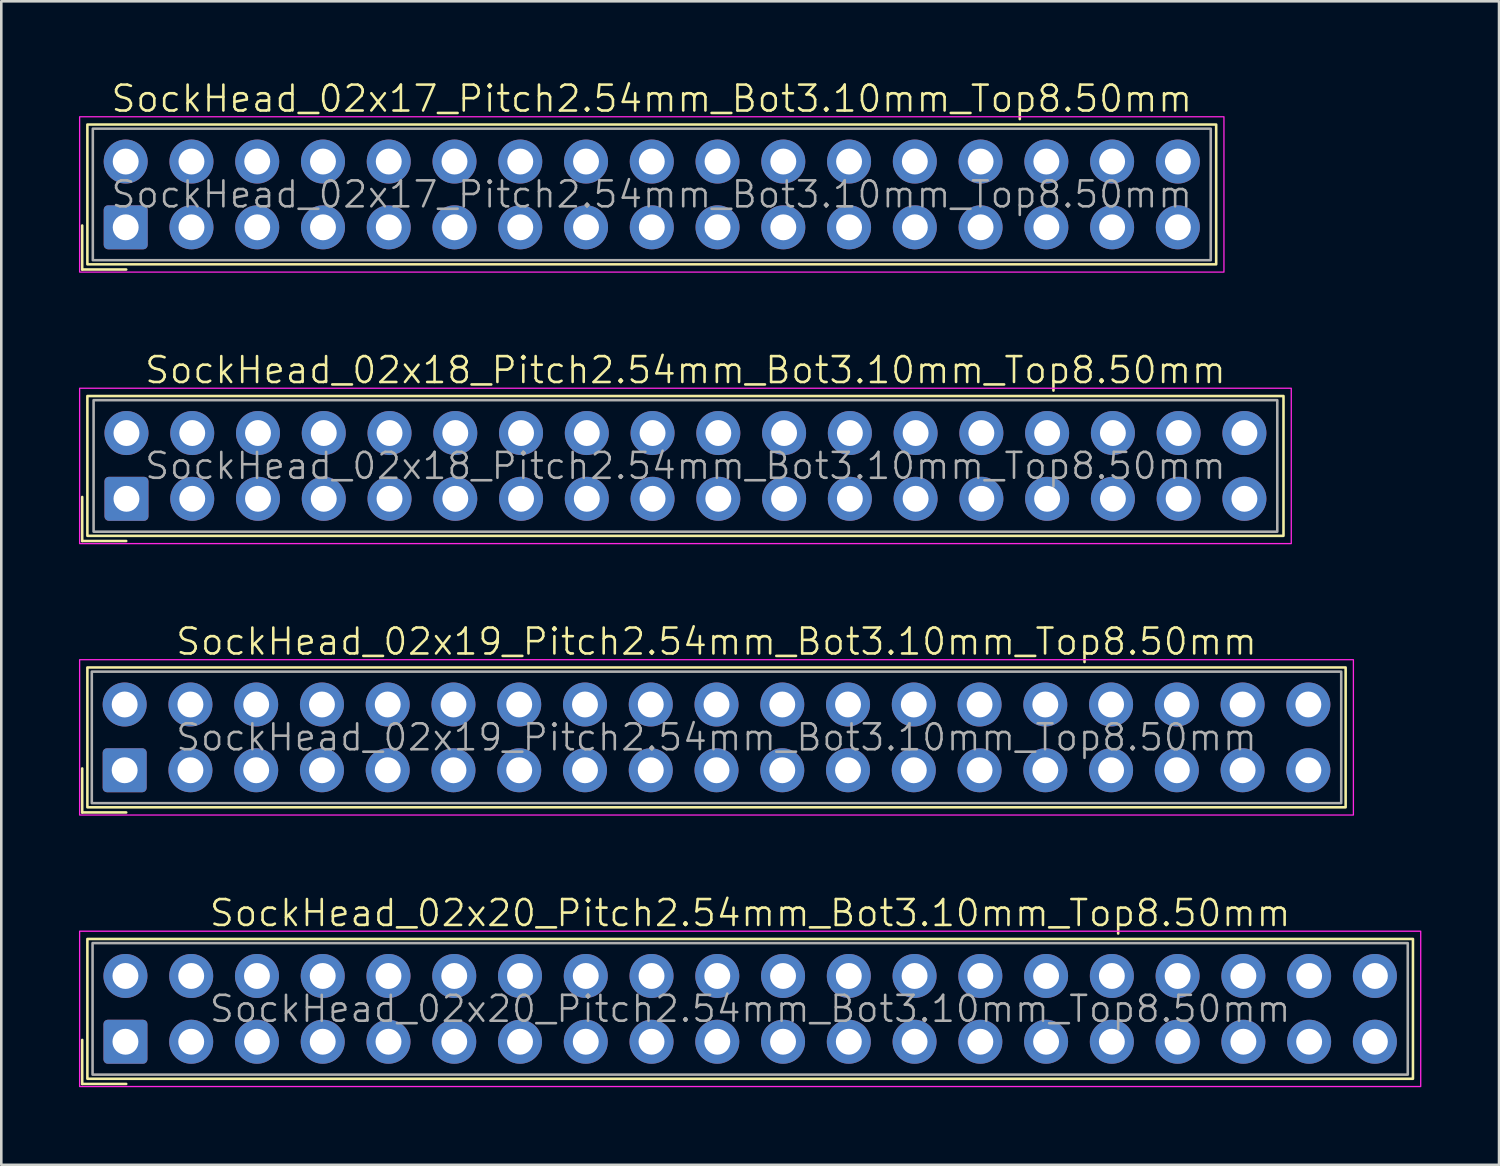
<source format=kicad_pcb>
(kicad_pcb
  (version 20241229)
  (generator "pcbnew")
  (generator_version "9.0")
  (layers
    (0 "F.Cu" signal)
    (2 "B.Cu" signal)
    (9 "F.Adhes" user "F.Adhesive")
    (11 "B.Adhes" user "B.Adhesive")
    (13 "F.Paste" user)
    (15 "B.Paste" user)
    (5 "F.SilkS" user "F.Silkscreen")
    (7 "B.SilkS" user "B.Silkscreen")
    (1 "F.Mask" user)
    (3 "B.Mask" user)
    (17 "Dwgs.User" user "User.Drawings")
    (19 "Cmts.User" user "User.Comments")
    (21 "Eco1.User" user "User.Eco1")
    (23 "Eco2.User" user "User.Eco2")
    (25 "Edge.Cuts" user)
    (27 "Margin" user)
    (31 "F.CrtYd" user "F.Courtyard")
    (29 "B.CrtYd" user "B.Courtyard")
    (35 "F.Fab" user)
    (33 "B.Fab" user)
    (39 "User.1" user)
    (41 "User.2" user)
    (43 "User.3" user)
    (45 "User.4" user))
  (footprint "SockHead_02x20_Pitch2.54mm_Bot3.10mm_Top8.50mm"
    (layer "F.Cu")
    (at 25.925 35.917)
    (property "Reference" "SockHead_02x20_Pitch2.54mm_Bot3.10mm_Top8.50mm" (at 0 -3.7 0) (unlocked yes) (layer "F.SilkS") (effects (font (size 1 1) (thickness 0.1))))
    (attr through_hole)
    (fp_line (start -25.8 1.2) (end -25.8 2.9) (stroke (width 0.1) (type default)) (layer "F.SilkS"))
    (fp_line (start -25.8 2.9) (end -24.1 2.9) (stroke (width 0.1) (type default)) (layer "F.SilkS"))
    (fp_rect (start -25.6 -2.7) (end 25.6 2.7) (stroke (width 0.1) (type default)) (fill no) (layer "F.SilkS"))
    (fp_rect (start -25.9 -3) (end 25.9 3) (stroke (width 0.05) (type default)) (fill no) (layer "F.CrtYd"))
    (fp_rect (start -25.4 -2.54) (end 25.4 2.54) (stroke (width 0.1) (type default)) (fill no) (layer "F.Fab"))
    (fp_text user "${REFERENCE}" (at 0 0 0) (unlocked yes) (layer "F.Fab") (effects (font (size 1 1) (thickness 0.1))))
    (pad "1" thru_hole roundrect (at -24.13 1.27) (size 1.7 1.7) (drill 1) (layers "*.Cu" "*.Mask") (roundrect_rratio 0.1))
    (pad "2" thru_hole circle (at -24.13 -1.27) (size 1.7 1.7) (drill 1) (layers "*.Cu" "*.Mask"))
    (pad "3" thru_hole circle (at -21.59 1.27) (size 1.7 1.7) (drill 1) (layers "*.Cu" "*.Mask"))
    (pad "4" thru_hole circle (at -21.59 -1.27) (size 1.7 1.7) (drill 1) (layers "*.Cu" "*.Mask"))
    (pad "5" thru_hole circle (at -19.05 1.27) (size 1.7 1.7) (drill 1) (layers "*.Cu" "*.Mask"))
    (pad "6" thru_hole circle (at -19.05 -1.27) (size 1.7 1.7) (drill 1) (layers "*.Cu" "*.Mask"))
    (pad "7" thru_hole circle (at -16.51 1.27) (size 1.7 1.7) (drill 1) (layers "*.Cu" "*.Mask"))
    (pad "8" thru_hole circle (at -16.51 -1.27) (size 1.7 1.7) (drill 1) (layers "*.Cu" "*.Mask"))
    (pad "9" thru_hole circle (at -13.97 1.27) (size 1.7 1.7) (drill 1) (layers "*.Cu" "*.Mask"))
    (pad "10" thru_hole circle (at -13.97 -1.27) (size 1.7 1.7) (drill 1) (layers "*.Cu" "*.Mask"))
    (pad "11" thru_hole circle (at -11.43 1.27) (size 1.7 1.7) (drill 1) (layers "*.Cu" "*.Mask"))
    (pad "12" thru_hole circle (at -11.43 -1.27) (size 1.7 1.7) (drill 1) (layers "*.Cu" "*.Mask"))
    (pad "13" thru_hole circle (at -8.89 1.27) (size 1.7 1.7) (drill 1) (layers "*.Cu" "*.Mask"))
    (pad "14" thru_hole circle (at -8.89 -1.27) (size 1.7 1.7) (drill 1) (layers "*.Cu" "*.Mask"))
    (pad "15" thru_hole circle (at -6.35 1.27) (size 1.7 1.7) (drill 1) (layers "*.Cu" "*.Mask"))
    (pad "16" thru_hole circle (at -6.35 -1.27) (size 1.7 1.7) (drill 1) (layers "*.Cu" "*.Mask"))
    (pad "17" thru_hole circle (at -3.81 1.27) (size 1.7 1.7) (drill 1) (layers "*.Cu" "*.Mask"))
    (pad "18" thru_hole circle (at -3.81 -1.27) (size 1.7 1.7) (drill 1) (layers "*.Cu" "*.Mask"))
    (pad "19" thru_hole circle (at -1.27 1.27) (size 1.7 1.7) (drill 1) (layers "*.Cu" "*.Mask"))
    (pad "20" thru_hole circle (at -1.27 -1.27) (size 1.7 1.7) (drill 1) (layers "*.Cu" "*.Mask"))
    (pad "21" thru_hole circle (at 1.27 1.27) (size 1.7 1.7) (drill 1) (layers "*.Cu" "*.Mask"))
    (pad "22" thru_hole circle (at 1.27 -1.27) (size 1.7 1.7) (drill 1) (layers "*.Cu" "*.Mask"))
    (pad "23" thru_hole circle (at 3.81 1.27) (size 1.7 1.7) (drill 1) (layers "*.Cu" "*.Mask"))
    (pad "24" thru_hole circle (at 3.81 -1.27) (size 1.7 1.7) (drill 1) (layers "*.Cu" "*.Mask"))
    (pad "25" thru_hole circle (at 6.35 1.27) (size 1.7 1.7) (drill 1) (layers "*.Cu" "*.Mask"))
    (pad "26" thru_hole circle (at 6.35 -1.27) (size 1.7 1.7) (drill 1) (layers "*.Cu" "*.Mask"))
    (pad "27" thru_hole circle (at 8.89 1.27) (size 1.7 1.7) (drill 1) (layers "*.Cu" "*.Mask"))
    (pad "28" thru_hole circle (at 8.89 -1.27) (size 1.7 1.7) (drill 1) (layers "*.Cu" "*.Mask"))
    (pad "29" thru_hole circle (at 11.43 1.27) (size 1.7 1.7) (drill 1) (layers "*.Cu" "*.Mask"))
    (pad "30" thru_hole circle (at 11.43 -1.27) (size 1.7 1.7) (drill 1) (layers "*.Cu" "*.Mask"))
    (pad "31" thru_hole circle (at 13.97 1.27) (size 1.7 1.7) (drill 1) (layers "*.Cu" "*.Mask"))
    (pad "32" thru_hole circle (at 13.97 -1.27) (size 1.7 1.7) (drill 1) (layers "*.Cu" "*.Mask"))
    (pad "33" thru_hole circle (at 16.51 1.27) (size 1.7 1.7) (drill 1) (layers "*.Cu" "*.Mask"))
    (pad "34" thru_hole circle (at 16.51 -1.27) (size 1.7 1.7) (drill 1) (layers "*.Cu" "*.Mask"))
    (pad "35" thru_hole circle (at 19.05 1.27) (size 1.7 1.7) (drill 1) (layers "*.Cu" "*.Mask"))
    (pad "36" thru_hole circle (at 19.05 -1.27) (size 1.7 1.7) (drill 1) (layers "*.Cu" "*.Mask"))
    (pad "37" thru_hole circle (at 21.59 1.27) (size 1.7 1.7) (drill 1) (layers "*.Cu" "*.Mask"))
    (pad "38" thru_hole circle (at 21.59 -1.27) (size 1.7 1.7) (drill 1) (layers "*.Cu" "*.Mask"))
    (pad "39" thru_hole circle (at 24.13 1.27) (size 1.7 1.7) (drill 1) (layers "*.Cu" "*.Mask"))
    (pad "40" thru_hole circle (at 24.13 -1.27) (size 1.7 1.7) (drill 1) (layers "*.Cu" "*.Mask")))
  (footprint "SockHead_02x19_Pitch2.54mm_Bot3.10mm_Top8.50mm"
    (layer "F.Cu")
    (at 24.625 25.431)
    (property "Reference" "SockHead_02x19_Pitch2.54mm_Bot3.10mm_Top8.50mm" (at 0 -3.7 0) (unlocked yes) (layer "F.SilkS") (effects (font (size 1 1) (thickness 0.1))))
    (attr through_hole)
    (fp_line (start -24.5 1.2) (end -24.5 2.9) (stroke (width 0.1) (type default)) (layer "F.SilkS"))
    (fp_line (start -24.5 2.9) (end -22.8 2.9) (stroke (width 0.1) (type default)) (layer "F.SilkS"))
    (fp_rect (start -24.3 -2.7) (end 24.3 2.7) (stroke (width 0.1) (type default)) (fill no) (layer "F.SilkS"))
    (fp_rect (start -24.6 -3) (end 24.6 3) (stroke (width 0.05) (type default)) (fill no) (layer "F.CrtYd"))
    (fp_rect (start -24.13 -2.54) (end 24.13 2.54) (stroke (width 0.1) (type default)) (fill no) (layer "F.Fab"))
    (fp_text user "${REFERENCE}" (at 0 0 0) (unlocked yes) (layer "F.Fab") (effects (font (size 1 1) (thickness 0.1))))
    (pad "1" thru_hole roundrect (at -22.86 1.27) (size 1.7 1.7) (drill 1) (layers "*.Cu" "*.Mask") (roundrect_rratio 0.1))
    (pad "2" thru_hole circle (at -22.86 -1.27) (size 1.7 1.7) (drill 1) (layers "*.Cu" "*.Mask"))
    (pad "3" thru_hole circle (at -20.32 1.27) (size 1.7 1.7) (drill 1) (layers "*.Cu" "*.Mask"))
    (pad "4" thru_hole circle (at -20.32 -1.27) (size 1.7 1.7) (drill 1) (layers "*.Cu" "*.Mask"))
    (pad "5" thru_hole circle (at -17.78 1.27) (size 1.7 1.7) (drill 1) (layers "*.Cu" "*.Mask"))
    (pad "6" thru_hole circle (at -17.78 -1.27) (size 1.7 1.7) (drill 1) (layers "*.Cu" "*.Mask"))
    (pad "7" thru_hole circle (at -15.24 1.27) (size 1.7 1.7) (drill 1) (layers "*.Cu" "*.Mask"))
    (pad "8" thru_hole circle (at -15.24 -1.27) (size 1.7 1.7) (drill 1) (layers "*.Cu" "*.Mask"))
    (pad "9" thru_hole circle (at -12.7 1.27) (size 1.7 1.7) (drill 1) (layers "*.Cu" "*.Mask"))
    (pad "10" thru_hole circle (at -12.7 -1.27) (size 1.7 1.7) (drill 1) (layers "*.Cu" "*.Mask"))
    (pad "11" thru_hole circle (at -10.16 1.27) (size 1.7 1.7) (drill 1) (layers "*.Cu" "*.Mask"))
    (pad "12" thru_hole circle (at -10.16 -1.27) (size 1.7 1.7) (drill 1) (layers "*.Cu" "*.Mask"))
    (pad "13" thru_hole circle (at -7.62 1.27) (size 1.7 1.7) (drill 1) (layers "*.Cu" "*.Mask"))
    (pad "14" thru_hole circle (at -7.62 -1.27) (size 1.7 1.7) (drill 1) (layers "*.Cu" "*.Mask"))
    (pad "15" thru_hole circle (at -5.08 1.27) (size 1.7 1.7) (drill 1) (layers "*.Cu" "*.Mask"))
    (pad "16" thru_hole circle (at -5.08 -1.27) (size 1.7 1.7) (drill 1) (layers "*.Cu" "*.Mask"))
    (pad "17" thru_hole circle (at -2.54 1.27) (size 1.7 1.7) (drill 1) (layers "*.Cu" "*.Mask"))
    (pad "18" thru_hole circle (at -2.54 -1.27) (size 1.7 1.7) (drill 1) (layers "*.Cu" "*.Mask"))
    (pad "19" thru_hole circle (at 0 1.27) (size 1.7 1.7) (drill 1) (layers "*.Cu" "*.Mask"))
    (pad "20" thru_hole circle (at 0 -1.27) (size 1.7 1.7) (drill 1) (layers "*.Cu" "*.Mask"))
    (pad "21" thru_hole circle (at 2.54 1.27) (size 1.7 1.7) (drill 1) (layers "*.Cu" "*.Mask"))
    (pad "22" thru_hole circle (at 2.54 -1.27) (size 1.7 1.7) (drill 1) (layers "*.Cu" "*.Mask"))
    (pad "23" thru_hole circle (at 5.08 1.27) (size 1.7 1.7) (drill 1) (layers "*.Cu" "*.Mask"))
    (pad "24" thru_hole circle (at 5.08 -1.27) (size 1.7 1.7) (drill 1) (layers "*.Cu" "*.Mask"))
    (pad "25" thru_hole circle (at 7.62 1.27) (size 1.7 1.7) (drill 1) (layers "*.Cu" "*.Mask"))
    (pad "26" thru_hole circle (at 7.62 -1.27) (size 1.7 1.7) (drill 1) (layers "*.Cu" "*.Mask"))
    (pad "27" thru_hole circle (at 10.16 1.27) (size 1.7 1.7) (drill 1) (layers "*.Cu" "*.Mask"))
    (pad "28" thru_hole circle (at 10.16 -1.27) (size 1.7 1.7) (drill 1) (layers "*.Cu" "*.Mask"))
    (pad "29" thru_hole circle (at 12.7 1.27) (size 1.7 1.7) (drill 1) (layers "*.Cu" "*.Mask"))
    (pad "30" thru_hole circle (at 12.7 -1.27) (size 1.7 1.7) (drill 1) (layers "*.Cu" "*.Mask"))
    (pad "31" thru_hole circle (at 15.24 1.27) (size 1.7 1.7) (drill 1) (layers "*.Cu" "*.Mask"))
    (pad "32" thru_hole circle (at 15.24 -1.27) (size 1.7 1.7) (drill 1) (layers "*.Cu" "*.Mask"))
    (pad "33" thru_hole circle (at 17.78 1.27) (size 1.7 1.7) (drill 1) (layers "*.Cu" "*.Mask"))
    (pad "34" thru_hole circle (at 17.78 -1.27) (size 1.7 1.7) (drill 1) (layers "*.Cu" "*.Mask"))
    (pad "35" thru_hole circle (at 20.32 1.27) (size 1.7 1.7) (drill 1) (layers "*.Cu" "*.Mask"))
    (pad "36" thru_hole circle (at 20.32 -1.27) (size 1.7 1.7) (drill 1) (layers "*.Cu" "*.Mask"))
    (pad "37" thru_hole circle (at 22.86 1.27) (size 1.7 1.7) (drill 1) (layers "*.Cu" "*.Mask"))
    (pad "38" thru_hole circle (at 22.86 -1.27) (size 1.7 1.7) (drill 1) (layers "*.Cu" "*.Mask")))
  (footprint "SockHead_02x18_Pitch2.54mm_Bot3.10mm_Top8.50mm"
    (layer "F.Cu")
    (at 23.425 14.946)
    (property "Reference" "SockHead_02x18_Pitch2.54mm_Bot3.10mm_Top8.50mm" (at 0 -3.7 0) (unlocked yes) (layer "F.SilkS") (effects (font (size 1 1) (thickness 0.1))))
    (attr through_hole)
    (fp_line (start -23.3 1.2) (end -23.3 2.9) (stroke (width 0.1) (type default)) (layer "F.SilkS"))
    (fp_line (start -23.3 2.9) (end -21.6 2.9) (stroke (width 0.1) (type default)) (layer "F.SilkS"))
    (fp_rect (start -23.1 -2.7) (end 23.1 2.7) (stroke (width 0.1) (type default)) (fill no) (layer "F.SilkS"))
    (fp_rect (start -23.4 -3) (end 23.4 3) (stroke (width 0.05) (type default)) (fill no) (layer "F.CrtYd"))
    (fp_rect (start -22.86 -2.54) (end 22.86 2.54) (stroke (width 0.1) (type default)) (fill no) (layer "F.Fab"))
    (fp_text user "${REFERENCE}" (at 0 0 0) (unlocked yes) (layer "F.Fab") (effects (font (size 1 1) (thickness 0.1))))
    (pad "1" thru_hole roundrect (at -21.59 1.27) (size 1.7 1.7) (drill 1) (layers "*.Cu" "*.Mask") (roundrect_rratio 0.1))
    (pad "2" thru_hole circle (at -21.59 -1.27) (size 1.7 1.7) (drill 1) (layers "*.Cu" "*.Mask"))
    (pad "3" thru_hole circle (at -19.05 1.27) (size 1.7 1.7) (drill 1) (layers "*.Cu" "*.Mask"))
    (pad "4" thru_hole circle (at -19.05 -1.27) (size 1.7 1.7) (drill 1) (layers "*.Cu" "*.Mask"))
    (pad "5" thru_hole circle (at -16.51 1.27) (size 1.7 1.7) (drill 1) (layers "*.Cu" "*.Mask"))
    (pad "6" thru_hole circle (at -16.51 -1.27) (size 1.7 1.7) (drill 1) (layers "*.Cu" "*.Mask"))
    (pad "7" thru_hole circle (at -13.97 1.27) (size 1.7 1.7) (drill 1) (layers "*.Cu" "*.Mask"))
    (pad "8" thru_hole circle (at -13.97 -1.27) (size 1.7 1.7) (drill 1) (layers "*.Cu" "*.Mask"))
    (pad "9" thru_hole circle (at -11.43 1.27) (size 1.7 1.7) (drill 1) (layers "*.Cu" "*.Mask"))
    (pad "10" thru_hole circle (at -11.43 -1.27) (size 1.7 1.7) (drill 1) (layers "*.Cu" "*.Mask"))
    (pad "11" thru_hole circle (at -8.89 1.27) (size 1.7 1.7) (drill 1) (layers "*.Cu" "*.Mask"))
    (pad "12" thru_hole circle (at -8.89 -1.27) (size 1.7 1.7) (drill 1) (layers "*.Cu" "*.Mask"))
    (pad "13" thru_hole circle (at -6.35 1.27) (size 1.7 1.7) (drill 1) (layers "*.Cu" "*.Mask"))
    (pad "14" thru_hole circle (at -6.35 -1.27) (size 1.7 1.7) (drill 1) (layers "*.Cu" "*.Mask"))
    (pad "15" thru_hole circle (at -3.81 1.27) (size 1.7 1.7) (drill 1) (layers "*.Cu" "*.Mask"))
    (pad "16" thru_hole circle (at -3.81 -1.27) (size 1.7 1.7) (drill 1) (layers "*.Cu" "*.Mask"))
    (pad "17" thru_hole circle (at -1.27 1.27) (size 1.7 1.7) (drill 1) (layers "*.Cu" "*.Mask"))
    (pad "18" thru_hole circle (at -1.27 -1.27) (size 1.7 1.7) (drill 1) (layers "*.Cu" "*.Mask"))
    (pad "19" thru_hole circle (at 1.27 1.27) (size 1.7 1.7) (drill 1) (layers "*.Cu" "*.Mask"))
    (pad "20" thru_hole circle (at 1.27 -1.27) (size 1.7 1.7) (drill 1) (layers "*.Cu" "*.Mask"))
    (pad "21" thru_hole circle (at 3.81 1.27) (size 1.7 1.7) (drill 1) (layers "*.Cu" "*.Mask"))
    (pad "22" thru_hole circle (at 3.81 -1.27) (size 1.7 1.7) (drill 1) (layers "*.Cu" "*.Mask"))
    (pad "23" thru_hole circle (at 6.35 1.27) (size 1.7 1.7) (drill 1) (layers "*.Cu" "*.Mask"))
    (pad "24" thru_hole circle (at 6.35 -1.27) (size 1.7 1.7) (drill 1) (layers "*.Cu" "*.Mask"))
    (pad "25" thru_hole circle (at 8.89 1.27) (size 1.7 1.7) (drill 1) (layers "*.Cu" "*.Mask"))
    (pad "26" thru_hole circle (at 8.89 -1.27) (size 1.7 1.7) (drill 1) (layers "*.Cu" "*.Mask"))
    (pad "27" thru_hole circle (at 11.43 1.27) (size 1.7 1.7) (drill 1) (layers "*.Cu" "*.Mask"))
    (pad "28" thru_hole circle (at 11.43 -1.27) (size 1.7 1.7) (drill 1) (layers "*.Cu" "*.Mask"))
    (pad "29" thru_hole circle (at 13.97 1.27) (size 1.7 1.7) (drill 1) (layers "*.Cu" "*.Mask"))
    (pad "30" thru_hole circle (at 13.97 -1.27) (size 1.7 1.7) (drill 1) (layers "*.Cu" "*.Mask"))
    (pad "31" thru_hole circle (at 16.51 1.27) (size 1.7 1.7) (drill 1) (layers "*.Cu" "*.Mask"))
    (pad "32" thru_hole circle (at 16.51 -1.27) (size 1.7 1.7) (drill 1) (layers "*.Cu" "*.Mask"))
    (pad "33" thru_hole circle (at 19.05 1.27) (size 1.7 1.7) (drill 1) (layers "*.Cu" "*.Mask"))
    (pad "34" thru_hole circle (at 19.05 -1.27) (size 1.7 1.7) (drill 1) (layers "*.Cu" "*.Mask"))
    (pad "35" thru_hole circle (at 21.59 1.27) (size 1.7 1.7) (drill 1) (layers "*.Cu" "*.Mask"))
    (pad "36" thru_hole circle (at 21.59 -1.27) (size 1.7 1.7) (drill 1) (layers "*.Cu" "*.Mask")))
  (footprint "SockHead_02x17_Pitch2.54mm_Bot3.10mm_Top8.50mm"
    (layer "F.Cu")
    (at 22.125 4.46)
    (property "Reference" "SockHead_02x17_Pitch2.54mm_Bot3.10mm_Top8.50mm" (at 0 -3.7 0) (unlocked yes) (layer "F.SilkS") (effects (font (size 1 1) (thickness 0.1))))
    (attr through_hole)
    (fp_line (start -22 1.2) (end -22 2.9) (stroke (width 0.1) (type default)) (layer "F.SilkS"))
    (fp_line (start -22 2.9) (end -20.3 2.9) (stroke (width 0.1) (type default)) (layer "F.SilkS"))
    (fp_rect (start -21.8 -2.7) (end 21.8 2.7) (stroke (width 0.1) (type default)) (fill no) (layer "F.SilkS"))
    (fp_rect (start -22.1 -3) (end 22.1 3) (stroke (width 0.05) (type default)) (fill no) (layer "F.CrtYd"))
    (fp_rect (start -21.59 -2.54) (end 21.59 2.54) (stroke (width 0.1) (type default)) (fill no) (layer "F.Fab"))
    (fp_text user "${REFERENCE}" (at 0 0 0) (unlocked yes) (layer "F.Fab") (effects (font (size 1 1) (thickness 0.1))))
    (pad "1" thru_hole roundrect (at -20.32 1.27) (size 1.7 1.7) (drill 1) (layers "*.Cu" "*.Mask") (roundrect_rratio 0.1))
    (pad "2" thru_hole circle (at -20.32 -1.27) (size 1.7 1.7) (drill 1) (layers "*.Cu" "*.Mask"))
    (pad "3" thru_hole circle (at -17.78 1.27) (size 1.7 1.7) (drill 1) (layers "*.Cu" "*.Mask"))
    (pad "4" thru_hole circle (at -17.78 -1.27) (size 1.7 1.7) (drill 1) (layers "*.Cu" "*.Mask"))
    (pad "5" thru_hole circle (at -15.24 1.27) (size 1.7 1.7) (drill 1) (layers "*.Cu" "*.Mask"))
    (pad "6" thru_hole circle (at -15.24 -1.27) (size 1.7 1.7) (drill 1) (layers "*.Cu" "*.Mask"))
    (pad "7" thru_hole circle (at -12.7 1.27) (size 1.7 1.7) (drill 1) (layers "*.Cu" "*.Mask"))
    (pad "8" thru_hole circle (at -12.7 -1.27) (size 1.7 1.7) (drill 1) (layers "*.Cu" "*.Mask"))
    (pad "9" thru_hole circle (at -10.16 1.27) (size 1.7 1.7) (drill 1) (layers "*.Cu" "*.Mask"))
    (pad "10" thru_hole circle (at -10.16 -1.27) (size 1.7 1.7) (drill 1) (layers "*.Cu" "*.Mask"))
    (pad "11" thru_hole circle (at -7.62 1.27) (size 1.7 1.7) (drill 1) (layers "*.Cu" "*.Mask"))
    (pad "12" thru_hole circle (at -7.62 -1.27) (size 1.7 1.7) (drill 1) (layers "*.Cu" "*.Mask"))
    (pad "13" thru_hole circle (at -5.08 1.27) (size 1.7 1.7) (drill 1) (layers "*.Cu" "*.Mask"))
    (pad "14" thru_hole circle (at -5.08 -1.27) (size 1.7 1.7) (drill 1) (layers "*.Cu" "*.Mask"))
    (pad "15" thru_hole circle (at -2.54 1.27) (size 1.7 1.7) (drill 1) (layers "*.Cu" "*.Mask"))
    (pad "16" thru_hole circle (at -2.54 -1.27) (size 1.7 1.7) (drill 1) (layers "*.Cu" "*.Mask"))
    (pad "17" thru_hole circle (at 0 1.27) (size 1.7 1.7) (drill 1) (layers "*.Cu" "*.Mask"))
    (pad "18" thru_hole circle (at 0 -1.27) (size 1.7 1.7) (drill 1) (layers "*.Cu" "*.Mask"))
    (pad "19" thru_hole circle (at 2.54 1.27) (size 1.7 1.7) (drill 1) (layers "*.Cu" "*.Mask"))
    (pad "20" thru_hole circle (at 2.54 -1.27) (size 1.7 1.7) (drill 1) (layers "*.Cu" "*.Mask"))
    (pad "21" thru_hole circle (at 5.08 1.27) (size 1.7 1.7) (drill 1) (layers "*.Cu" "*.Mask"))
    (pad "22" thru_hole circle (at 5.08 -1.27) (size 1.7 1.7) (drill 1) (layers "*.Cu" "*.Mask"))
    (pad "23" thru_hole circle (at 7.62 1.27) (size 1.7 1.7) (drill 1) (layers "*.Cu" "*.Mask"))
    (pad "24" thru_hole circle (at 7.62 -1.27) (size 1.7 1.7) (drill 1) (layers "*.Cu" "*.Mask"))
    (pad "25" thru_hole circle (at 10.16 1.27) (size 1.7 1.7) (drill 1) (layers "*.Cu" "*.Mask"))
    (pad "26" thru_hole circle (at 10.16 -1.27) (size 1.7 1.7) (drill 1) (layers "*.Cu" "*.Mask"))
    (pad "27" thru_hole circle (at 12.7 1.27) (size 1.7 1.7) (drill 1) (layers "*.Cu" "*.Mask"))
    (pad "28" thru_hole circle (at 12.7 -1.27) (size 1.7 1.7) (drill 1) (layers "*.Cu" "*.Mask"))
    (pad "29" thru_hole circle (at 15.24 1.27) (size 1.7 1.7) (drill 1) (layers "*.Cu" "*.Mask"))
    (pad "30" thru_hole circle (at 15.24 -1.27) (size 1.7 1.7) (drill 1) (layers "*.Cu" "*.Mask"))
    (pad "31" thru_hole circle (at 17.78 1.27) (size 1.7 1.7) (drill 1) (layers "*.Cu" "*.Mask"))
    (pad "32" thru_hole circle (at 17.78 -1.27) (size 1.7 1.7) (drill 1) (layers "*.Cu" "*.Mask"))
    (pad "33" thru_hole circle (at 20.32 1.27) (size 1.7 1.7) (drill 1) (layers "*.Cu" "*.Mask"))
    (pad "34" thru_hole circle (at 20.32 -1.27) (size 1.7 1.7) (drill 1) (layers "*.Cu" "*.Mask")))
  (gr_rect
    (start -3 -3)
    (end 54.85 41.942)
    (stroke (width 0.1) (type default))
    (fill no)
    (layer "Edge.Cuts")))
</source>
